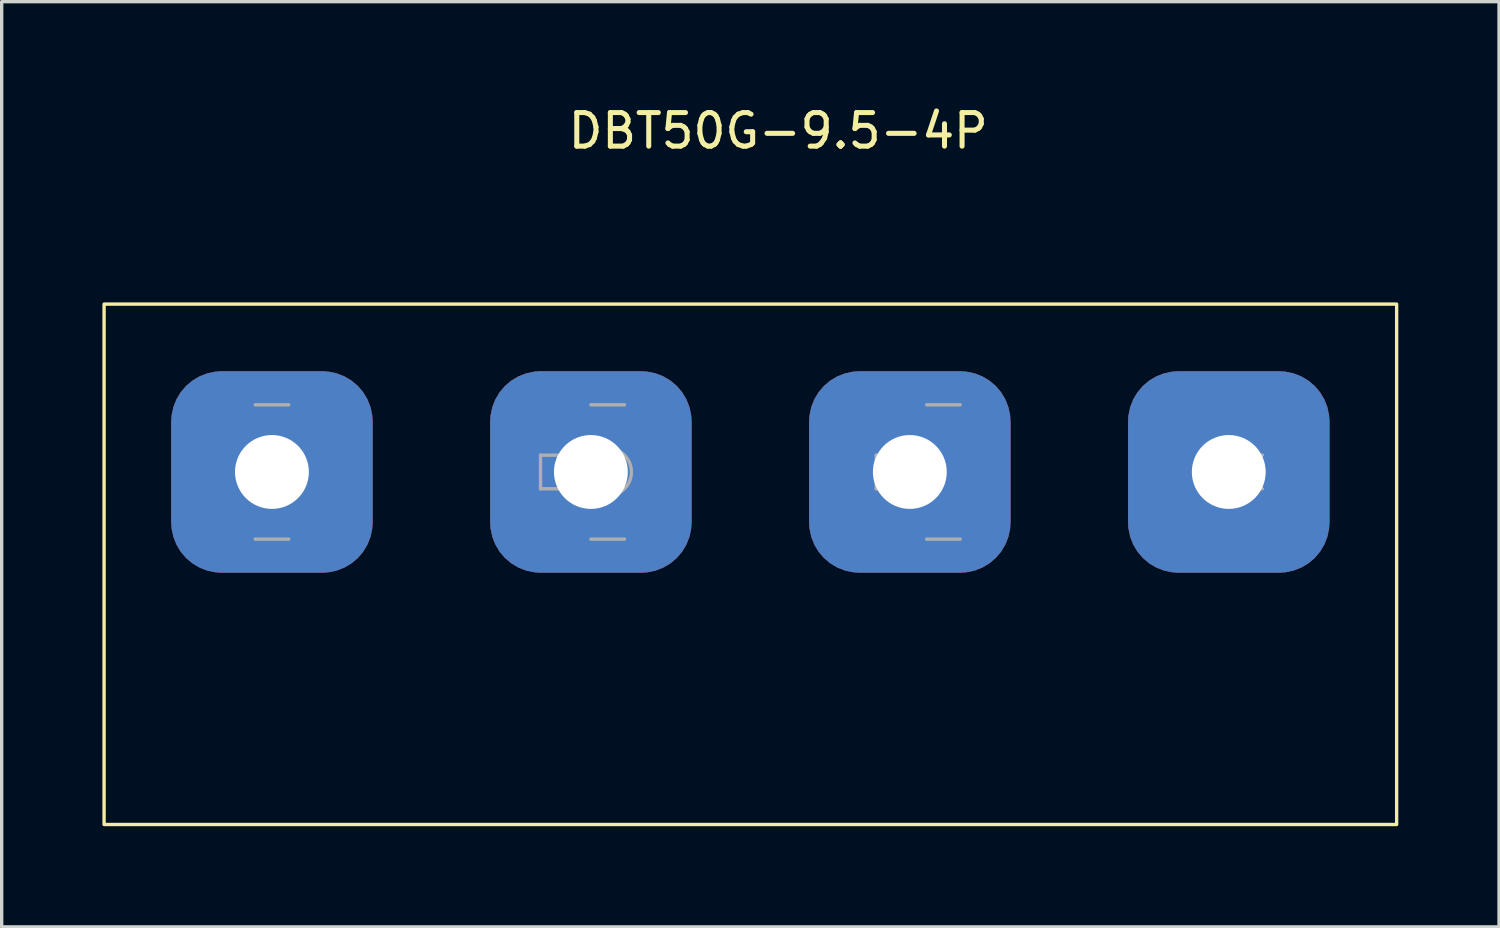
<source format=kicad_pcb>
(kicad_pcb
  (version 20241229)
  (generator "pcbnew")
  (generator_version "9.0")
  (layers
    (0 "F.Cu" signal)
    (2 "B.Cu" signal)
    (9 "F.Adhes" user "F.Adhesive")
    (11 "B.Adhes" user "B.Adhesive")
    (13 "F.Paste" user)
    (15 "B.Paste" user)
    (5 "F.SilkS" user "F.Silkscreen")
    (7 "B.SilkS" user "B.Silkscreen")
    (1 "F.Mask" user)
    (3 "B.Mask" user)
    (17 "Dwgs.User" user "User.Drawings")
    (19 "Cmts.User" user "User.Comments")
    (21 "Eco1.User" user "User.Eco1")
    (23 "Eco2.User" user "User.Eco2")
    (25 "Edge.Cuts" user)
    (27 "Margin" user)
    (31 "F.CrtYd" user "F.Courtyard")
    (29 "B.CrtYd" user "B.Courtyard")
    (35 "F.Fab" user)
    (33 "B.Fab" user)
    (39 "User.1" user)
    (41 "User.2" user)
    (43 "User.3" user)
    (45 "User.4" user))
  (footprint "DBT50G-9.5-4P"
    (layer "F.Cu")
    (at 5.05 11.008)
    (property "Reference" "DBT50G-9.5-4P" (at 15.08 -10.16 180) (layer "F.SilkS") (effects (font (size 1 1) (thickness 0.15))))
    (attr through_hole)
    (fp_rect (start -5 -5) (end 33.5 10.5) (stroke (width 0.1) (type default)) (fill no) (layer "F.SilkS"))
    (fp_line (start -0.5 -2) (end 0.5 -2) (stroke (width 0.1) (type solid)) (layer "F.Fab"))
    (fp_line (start -0.5 2) (end 0.5 2) (stroke (width 0.1) (type solid)) (layer "F.Fab"))
    (fp_line (start 8 -0.5) (end 8 0.5) (stroke (width 0.1) (type solid)) (layer "F.Fab"))
    (fp_line (start 8 0.5) (end 9.5 0.5) (stroke (width 0.1) (type solid)) (layer "F.Fab"))
    (fp_line (start 9.5 -2) (end 10.5 -2) (stroke (width 0.1) (type solid)) (layer "F.Fab"))
    (fp_line (start 9.5 -0.5) (end 8 -0.5) (stroke (width 0.1) (type solid)) (layer "F.Fab"))
    (fp_line (start 9.5 2) (end 10.5 2) (stroke (width 0.1) (type solid)) (layer "F.Fab"))
    (fp_line (start 18 -0.5) (end 18 0.5) (stroke (width 0.1) (type solid)) (layer "F.Fab"))
    (fp_line (start 18 0.5) (end 19.5 0.5) (stroke (width 0.1) (type solid)) (layer "F.Fab"))
    (fp_line (start 19.5 -2) (end 20.5 -2) (stroke (width 0.1) (type solid)) (layer "F.Fab"))
    (fp_line (start 19.5 -0.5) (end 18 -0.5) (stroke (width 0.1) (type solid)) (layer "F.Fab"))
    (fp_line (start 19.5 2) (end 20.5 2) (stroke (width 0.1) (type solid)) (layer "F.Fab"))
    (fp_line (start 28 -0.5) (end 28 0.5) (stroke (width 0.1) (type solid)) (layer "F.Fab"))
    (fp_line (start 28 0.5) (end 29.5 0.5) (stroke (width 0.1) (type solid)) (layer "F.Fab"))
    (fp_line (start 29.5 -0.5) (end 28 -0.5) (stroke (width 0.1) (type solid)) (layer "F.Fab"))
    (fp_circle (center 0 0) (end 0.5 0.5) (stroke (width 0.1) (type solid)) (fill no) (layer "F.Fab"))
    (fp_circle (center 10 0) (end 10.5 0.5) (stroke (width 0.1) (type solid)) (fill no) (layer "F.Fab"))
    (pad "1" thru_hole roundrect (at 0 0) (size 6 6) (drill 2.2) (layers "*.Cu" "*.Mask") (roundrect_rratio 0.25))
    (pad "2" thru_hole roundrect (at 9.5 0) (size 6 6) (drill 2.2) (layers "*.Cu" "*.Mask") (roundrect_rratio 0.25) (chamfer_ratio 0.2) (chamfer))
    (pad "3" thru_hole roundrect (at 19 0) (size 6 6) (drill 2.2) (layers "*.Cu" "*.Mask") (roundrect_rratio 0.25) (chamfer_ratio 0.2) (chamfer))
    (pad "4" thru_hole roundrect (at 28.5 0) (size 6 6) (drill 2.2) (layers "*.Cu" "*.Mask") (roundrect_rratio 0.25) (chamfer_ratio 0.2) (chamfer)))
  (gr_rect
    (start -3 -3)
    (end 41.6 24.558)
    (stroke (width 0.1) (type default))
    (fill no)
    (layer "Edge.Cuts")))
</source>
